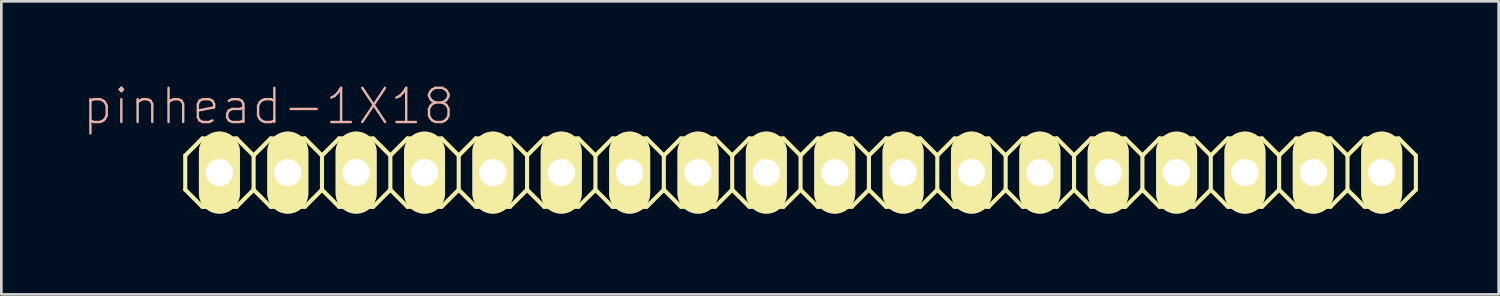
<source format=kicad_pcb>
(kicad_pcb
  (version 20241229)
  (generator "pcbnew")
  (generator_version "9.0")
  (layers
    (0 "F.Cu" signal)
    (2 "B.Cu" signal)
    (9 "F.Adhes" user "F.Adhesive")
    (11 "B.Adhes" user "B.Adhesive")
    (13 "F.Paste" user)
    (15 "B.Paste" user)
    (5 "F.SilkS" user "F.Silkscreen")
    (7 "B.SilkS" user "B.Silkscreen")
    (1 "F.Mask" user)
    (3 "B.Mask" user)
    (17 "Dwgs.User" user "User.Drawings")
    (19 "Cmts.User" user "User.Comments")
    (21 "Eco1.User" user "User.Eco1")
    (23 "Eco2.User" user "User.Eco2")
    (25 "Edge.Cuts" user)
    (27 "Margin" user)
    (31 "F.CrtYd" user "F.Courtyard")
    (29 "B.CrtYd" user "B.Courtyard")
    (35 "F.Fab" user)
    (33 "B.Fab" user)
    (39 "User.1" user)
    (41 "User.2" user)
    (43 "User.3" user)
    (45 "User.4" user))
  (footprint "pinhead-1X18"
    (layer "F.Cu")
    (at 26.692 3.363)
    (property "Reference" "pinhead-1X18" (at -19.761 -2.464 0) (layer "B.SilkS") (effects (font (size 1.27 1.27) (thickness 0.089))))
    (attr exclude_from_pos_files exclude_from_bom)
    (fp_line (start -22.86 -0.635) (end -22.86 0.635) (stroke (width 0.152) (type solid)) (layer "F.SilkS"))
    (fp_line (start -22.86 0.635) (end -22.225 1.27) (stroke (width 0.152) (type solid)) (layer "F.SilkS"))
    (fp_line (start -22.225 -1.27) (end -22.86 -0.635) (stroke (width 0.152) (type solid)) (layer "F.SilkS"))
    (fp_line (start -22.225 -1.27) (end -20.955 -1.27) (stroke (width 0.152) (type solid)) (layer "F.SilkS"))
    (fp_line (start -21.844 -0.254) (end -21.336 -0.254) (stroke (width 0.066) (type solid)) (layer "F.SilkS"))
    (fp_line (start -21.844 0.254) (end -21.844 -0.254) (stroke (width 0.066) (type solid)) (layer "F.SilkS"))
    (fp_line (start -21.844 0.254) (end -21.336 0.254) (stroke (width 0.066) (type solid)) (layer "F.SilkS"))
    (fp_line (start -21.336 0.254) (end -21.336 -0.254) (stroke (width 0.066) (type solid)) (layer "F.SilkS"))
    (fp_line (start -20.955 -1.27) (end -20.32 -0.635) (stroke (width 0.152) (type solid)) (layer "F.SilkS"))
    (fp_line (start -20.955 1.27) (end -22.225 1.27) (stroke (width 0.152) (type solid)) (layer "F.SilkS"))
    (fp_line (start -20.32 -0.635) (end -20.32 0.635) (stroke (width 0.152) (type solid)) (layer "F.SilkS"))
    (fp_line (start -20.32 -0.635) (end -19.685 -1.27) (stroke (width 0.152) (type solid)) (layer "F.SilkS"))
    (fp_line (start -20.32 0.635) (end -20.955 1.27) (stroke (width 0.152) (type solid)) (layer "F.SilkS"))
    (fp_line (start -19.685 -1.27) (end -18.415 -1.27) (stroke (width 0.152) (type solid)) (layer "F.SilkS"))
    (fp_line (start -19.685 1.27) (end -20.32 0.635) (stroke (width 0.152) (type solid)) (layer "F.SilkS"))
    (fp_line (start -19.304 -0.254) (end -18.796 -0.254) (stroke (width 0.066) (type solid)) (layer "F.SilkS"))
    (fp_line (start -19.304 0.254) (end -19.304 -0.254) (stroke (width 0.066) (type solid)) (layer "F.SilkS"))
    (fp_line (start -19.304 0.254) (end -18.796 0.254) (stroke (width 0.066) (type solid)) (layer "F.SilkS"))
    (fp_line (start -18.796 0.254) (end -18.796 -0.254) (stroke (width 0.066) (type solid)) (layer "F.SilkS"))
    (fp_line (start -18.415 -1.27) (end -17.78 -0.635) (stroke (width 0.152) (type solid)) (layer "F.SilkS"))
    (fp_line (start -18.415 1.27) (end -19.685 1.27) (stroke (width 0.152) (type solid)) (layer "F.SilkS"))
    (fp_line (start -17.78 -0.635) (end -17.78 0.635) (stroke (width 0.152) (type solid)) (layer "F.SilkS"))
    (fp_line (start -17.78 -0.635) (end -17.145 -1.27) (stroke (width 0.152) (type solid)) (layer "F.SilkS"))
    (fp_line (start -17.78 0.635) (end -18.415 1.27) (stroke (width 0.152) (type solid)) (layer "F.SilkS"))
    (fp_line (start -17.145 -1.27) (end -15.875 -1.27) (stroke (width 0.152) (type solid)) (layer "F.SilkS"))
    (fp_line (start -17.145 1.27) (end -17.78 0.635) (stroke (width 0.152) (type solid)) (layer "F.SilkS"))
    (fp_line (start -16.764 -0.254) (end -16.256 -0.254) (stroke (width 0.066) (type solid)) (layer "F.SilkS"))
    (fp_line (start -16.764 0.254) (end -16.764 -0.254) (stroke (width 0.066) (type solid)) (layer "F.SilkS"))
    (fp_line (start -16.764 0.254) (end -16.256 0.254) (stroke (width 0.066) (type solid)) (layer "F.SilkS"))
    (fp_line (start -16.256 0.254) (end -16.256 -0.254) (stroke (width 0.066) (type solid)) (layer "F.SilkS"))
    (fp_line (start -15.875 -1.27) (end -15.24 -0.635) (stroke (width 0.152) (type solid)) (layer "F.SilkS"))
    (fp_line (start -15.875 1.27) (end -17.145 1.27) (stroke (width 0.152) (type solid)) (layer "F.SilkS"))
    (fp_line (start -15.24 -0.635) (end -15.24 0.635) (stroke (width 0.152) (type solid)) (layer "F.SilkS"))
    (fp_line (start -15.24 0.635) (end -15.875 1.27) (stroke (width 0.152) (type solid)) (layer "F.SilkS"))
    (fp_line (start -15.24 0.635) (end -14.605 1.27) (stroke (width 0.152) (type solid)) (layer "F.SilkS"))
    (fp_line (start -14.605 -1.27) (end -15.24 -0.635) (stroke (width 0.152) (type solid)) (layer "F.SilkS"))
    (fp_line (start -14.605 -1.27) (end -13.335 -1.27) (stroke (width 0.152) (type solid)) (layer "F.SilkS"))
    (fp_line (start -14.224 -0.254) (end -13.716 -0.254) (stroke (width 0.066) (type solid)) (layer "F.SilkS"))
    (fp_line (start -14.224 0.254) (end -14.224 -0.254) (stroke (width 0.066) (type solid)) (layer "F.SilkS"))
    (fp_line (start -14.224 0.254) (end -13.716 0.254) (stroke (width 0.066) (type solid)) (layer "F.SilkS"))
    (fp_line (start -13.716 0.254) (end -13.716 -0.254) (stroke (width 0.066) (type solid)) (layer "F.SilkS"))
    (fp_line (start -13.335 -1.27) (end -12.7 -0.635) (stroke (width 0.152) (type solid)) (layer "F.SilkS"))
    (fp_line (start -13.335 1.27) (end -14.605 1.27) (stroke (width 0.152) (type solid)) (layer "F.SilkS"))
    (fp_line (start -12.7 -0.635) (end -12.7 0.635) (stroke (width 0.152) (type solid)) (layer "F.SilkS"))
    (fp_line (start -12.7 -0.635) (end -12.065 -1.27) (stroke (width 0.152) (type solid)) (layer "F.SilkS"))
    (fp_line (start -12.7 0.635) (end -13.335 1.27) (stroke (width 0.152) (type solid)) (layer "F.SilkS"))
    (fp_line (start -12.065 -1.27) (end -10.795 -1.27) (stroke (width 0.152) (type solid)) (layer "F.SilkS"))
    (fp_line (start -12.065 1.27) (end -12.7 0.635) (stroke (width 0.152) (type solid)) (layer "F.SilkS"))
    (fp_line (start -11.684 -0.254) (end -11.176 -0.254) (stroke (width 0.066) (type solid)) (layer "F.SilkS"))
    (fp_line (start -11.684 0.254) (end -11.684 -0.254) (stroke (width 0.066) (type solid)) (layer "F.SilkS"))
    (fp_line (start -11.684 0.254) (end -11.176 0.254) (stroke (width 0.066) (type solid)) (layer "F.SilkS"))
    (fp_line (start -11.176 0.254) (end -11.176 -0.254) (stroke (width 0.066) (type solid)) (layer "F.SilkS"))
    (fp_line (start -10.795 -1.27) (end -10.16 -0.635) (stroke (width 0.152) (type solid)) (layer "F.SilkS"))
    (fp_line (start -10.795 1.27) (end -12.065 1.27) (stroke (width 0.152) (type solid)) (layer "F.SilkS"))
    (fp_line (start -10.16 -0.635) (end -10.16 0.635) (stroke (width 0.152) (type solid)) (layer "F.SilkS"))
    (fp_line (start -10.16 -0.635) (end -9.525 -1.27) (stroke (width 0.152) (type solid)) (layer "F.SilkS"))
    (fp_line (start -10.16 0.635) (end -10.795 1.27) (stroke (width 0.152) (type solid)) (layer "F.SilkS"))
    (fp_line (start -9.525 -1.27) (end -8.255 -1.27) (stroke (width 0.152) (type solid)) (layer "F.SilkS"))
    (fp_line (start -9.525 1.27) (end -10.16 0.635) (stroke (width 0.152) (type solid)) (layer "F.SilkS"))
    (fp_line (start -9.144 -0.254) (end -8.636 -0.254) (stroke (width 0.066) (type solid)) (layer "F.SilkS"))
    (fp_line (start -9.144 0.254) (end -9.144 -0.254) (stroke (width 0.066) (type solid)) (layer "F.SilkS"))
    (fp_line (start -9.144 0.254) (end -8.636 0.254) (stroke (width 0.066) (type solid)) (layer "F.SilkS"))
    (fp_line (start -8.636 0.254) (end -8.636 -0.254) (stroke (width 0.066) (type solid)) (layer "F.SilkS"))
    (fp_line (start -8.255 -1.27) (end -7.62 -0.635) (stroke (width 0.152) (type solid)) (layer "F.SilkS"))
    (fp_line (start -8.255 1.27) (end -9.525 1.27) (stroke (width 0.152) (type solid)) (layer "F.SilkS"))
    (fp_line (start -7.62 -0.635) (end -7.62 0.635) (stroke (width 0.152) (type solid)) (layer "F.SilkS"))
    (fp_line (start -7.62 0.635) (end -8.255 1.27) (stroke (width 0.152) (type solid)) (layer "F.SilkS"))
    (fp_line (start -7.62 0.635) (end -6.985 1.27) (stroke (width 0.152) (type solid)) (layer "F.SilkS"))
    (fp_line (start -6.985 -1.27) (end -7.62 -0.635) (stroke (width 0.152) (type solid)) (layer "F.SilkS"))
    (fp_line (start -6.985 -1.27) (end -5.715 -1.27) (stroke (width 0.152) (type solid)) (layer "F.SilkS"))
    (fp_line (start -6.604 -0.254) (end -6.096 -0.254) (stroke (width 0.066) (type solid)) (layer "F.SilkS"))
    (fp_line (start -6.604 0.254) (end -6.604 -0.254) (stroke (width 0.066) (type solid)) (layer "F.SilkS"))
    (fp_line (start -6.604 0.254) (end -6.096 0.254) (stroke (width 0.066) (type solid)) (layer "F.SilkS"))
    (fp_line (start -6.096 0.254) (end -6.096 -0.254) (stroke (width 0.066) (type solid)) (layer "F.SilkS"))
    (fp_line (start -5.715 -1.27) (end -5.08 -0.635) (stroke (width 0.152) (type solid)) (layer "F.SilkS"))
    (fp_line (start -5.715 1.27) (end -6.985 1.27) (stroke (width 0.152) (type solid)) (layer "F.SilkS"))
    (fp_line (start -5.08 -0.635) (end -5.08 0.635) (stroke (width 0.152) (type solid)) (layer "F.SilkS"))
    (fp_line (start -5.08 -0.635) (end -4.445 -1.27) (stroke (width 0.152) (type solid)) (layer "F.SilkS"))
    (fp_line (start -5.08 0.635) (end -5.715 1.27) (stroke (width 0.152) (type solid)) (layer "F.SilkS"))
    (fp_line (start -4.445 -1.27) (end -3.175 -1.27) (stroke (width 0.152) (type solid)) (layer "F.SilkS"))
    (fp_line (start -4.445 1.27) (end -5.08 0.635) (stroke (width 0.152) (type solid)) (layer "F.SilkS"))
    (fp_line (start -4.064 -0.254) (end -3.556 -0.254) (stroke (width 0.066) (type solid)) (layer "F.SilkS"))
    (fp_line (start -4.064 0.254) (end -4.064 -0.254) (stroke (width 0.066) (type solid)) (layer "F.SilkS"))
    (fp_line (start -4.064 0.254) (end -3.556 0.254) (stroke (width 0.066) (type solid)) (layer "F.SilkS"))
    (fp_line (start -3.556 0.254) (end -3.556 -0.254) (stroke (width 0.066) (type solid)) (layer "F.SilkS"))
    (fp_line (start -3.175 -1.27) (end -2.54 -0.635) (stroke (width 0.152) (type solid)) (layer "F.SilkS"))
    (fp_line (start -3.175 1.27) (end -4.445 1.27) (stroke (width 0.152) (type solid)) (layer "F.SilkS"))
    (fp_line (start -2.54 -0.635) (end -2.54 0.635) (stroke (width 0.152) (type solid)) (layer "F.SilkS"))
    (fp_line (start -2.54 -0.635) (end -1.905 -1.27) (stroke (width 0.152) (type solid)) (layer "F.SilkS"))
    (fp_line (start -2.54 0.635) (end -3.175 1.27) (stroke (width 0.152) (type solid)) (layer "F.SilkS"))
    (fp_line (start -1.905 -1.27) (end -0.635 -1.27) (stroke (width 0.152) (type solid)) (layer "F.SilkS"))
    (fp_line (start -1.905 1.27) (end -2.54 0.635) (stroke (width 0.152) (type solid)) (layer "F.SilkS"))
    (fp_line (start -1.524 -0.254) (end -1.016 -0.254) (stroke (width 0.066) (type solid)) (layer "F.SilkS"))
    (fp_line (start -1.524 0.254) (end -1.524 -0.254) (stroke (width 0.066) (type solid)) (layer "F.SilkS"))
    (fp_line (start -1.524 0.254) (end -1.016 0.254) (stroke (width 0.066) (type solid)) (layer "F.SilkS"))
    (fp_line (start -1.016 0.254) (end -1.016 -0.254) (stroke (width 0.066) (type solid)) (layer "F.SilkS"))
    (fp_line (start -0.635 -1.27) (end 0 -0.635) (stroke (width 0.152) (type solid)) (layer "F.SilkS"))
    (fp_line (start -0.635 1.27) (end -1.905 1.27) (stroke (width 0.152) (type solid)) (layer "F.SilkS"))
    (fp_line (start 0 -0.635) (end 0 0.635) (stroke (width 0.152) (type solid)) (layer "F.SilkS"))
    (fp_line (start 0 0.635) (end -0.635 1.27) (stroke (width 0.152) (type solid)) (layer "F.SilkS"))
    (fp_line (start 0 0.635) (end 0.635 1.27) (stroke (width 0.152) (type solid)) (layer "F.SilkS"))
    (fp_line (start 0.635 -1.27) (end 0 -0.635) (stroke (width 0.152) (type solid)) (layer "F.SilkS"))
    (fp_line (start 0.635 -1.27) (end 1.905 -1.27) (stroke (width 0.152) (type solid)) (layer "F.SilkS"))
    (fp_line (start 1.016 -0.254) (end 1.524 -0.254) (stroke (width 0.066) (type solid)) (layer "F.SilkS"))
    (fp_line (start 1.016 0.254) (end 1.016 -0.254) (stroke (width 0.066) (type solid)) (layer "F.SilkS"))
    (fp_line (start 1.016 0.254) (end 1.524 0.254) (stroke (width 0.066) (type solid)) (layer "F.SilkS"))
    (fp_line (start 1.524 0.254) (end 1.524 -0.254) (stroke (width 0.066) (type solid)) (layer "F.SilkS"))
    (fp_line (start 1.905 -1.27) (end 2.54 -0.635) (stroke (width 0.152) (type solid)) (layer "F.SilkS"))
    (fp_line (start 1.905 1.27) (end 0.635 1.27) (stroke (width 0.152) (type solid)) (layer "F.SilkS"))
    (fp_line (start 2.54 -0.635) (end 2.54 0.635) (stroke (width 0.152) (type solid)) (layer "F.SilkS"))
    (fp_line (start 2.54 -0.635) (end 3.175 -1.27) (stroke (width 0.152) (type solid)) (layer "F.SilkS"))
    (fp_line (start 2.54 0.635) (end 1.905 1.27) (stroke (width 0.152) (type solid)) (layer "F.SilkS"))
    (fp_line (start 3.175 -1.27) (end 4.445 -1.27) (stroke (width 0.152) (type solid)) (layer "F.SilkS"))
    (fp_line (start 3.175 1.27) (end 2.54 0.635) (stroke (width 0.152) (type solid)) (layer "F.SilkS"))
    (fp_line (start 3.556 -0.254) (end 4.064 -0.254) (stroke (width 0.066) (type solid)) (layer "F.SilkS"))
    (fp_line (start 3.556 0.254) (end 3.556 -0.254) (stroke (width 0.066) (type solid)) (layer "F.SilkS"))
    (fp_line (start 3.556 0.254) (end 4.064 0.254) (stroke (width 0.066) (type solid)) (layer "F.SilkS"))
    (fp_line (start 4.064 0.254) (end 4.064 -0.254) (stroke (width 0.066) (type solid)) (layer "F.SilkS"))
    (fp_line (start 4.445 -1.27) (end 5.08 -0.635) (stroke (width 0.152) (type solid)) (layer "F.SilkS"))
    (fp_line (start 4.445 1.27) (end 3.175 1.27) (stroke (width 0.152) (type solid)) (layer "F.SilkS"))
    (fp_line (start 5.08 -0.635) (end 5.08 0.635) (stroke (width 0.152) (type solid)) (layer "F.SilkS"))
    (fp_line (start 5.08 -0.635) (end 5.715 -1.27) (stroke (width 0.152) (type solid)) (layer "F.SilkS"))
    (fp_line (start 5.08 0.635) (end 4.445 1.27) (stroke (width 0.152) (type solid)) (layer "F.SilkS"))
    (fp_line (start 5.715 -1.27) (end 6.985 -1.27) (stroke (width 0.152) (type solid)) (layer "F.SilkS"))
    (fp_line (start 5.715 1.27) (end 5.08 0.635) (stroke (width 0.152) (type solid)) (layer "F.SilkS"))
    (fp_line (start 6.096 -0.254) (end 6.604 -0.254) (stroke (width 0.066) (type solid)) (layer "F.SilkS"))
    (fp_line (start 6.096 0.254) (end 6.096 -0.254) (stroke (width 0.066) (type solid)) (layer "F.SilkS"))
    (fp_line (start 6.096 0.254) (end 6.604 0.254) (stroke (width 0.066) (type solid)) (layer "F.SilkS"))
    (fp_line (start 6.604 0.254) (end 6.604 -0.254) (stroke (width 0.066) (type solid)) (layer "F.SilkS"))
    (fp_line (start 6.985 -1.27) (end 7.62 -0.635) (stroke (width 0.152) (type solid)) (layer "F.SilkS"))
    (fp_line (start 6.985 1.27) (end 5.715 1.27) (stroke (width 0.152) (type solid)) (layer "F.SilkS"))
    (fp_line (start 7.62 -0.635) (end 7.62 0.635) (stroke (width 0.152) (type solid)) (layer "F.SilkS"))
    (fp_line (start 7.62 0.635) (end 6.985 1.27) (stroke (width 0.152) (type solid)) (layer "F.SilkS"))
    (fp_line (start 7.62 0.635) (end 8.255 1.27) (stroke (width 0.152) (type solid)) (layer "F.SilkS"))
    (fp_line (start 8.255 -1.27) (end 7.62 -0.635) (stroke (width 0.152) (type solid)) (layer "F.SilkS"))
    (fp_line (start 8.255 -1.27) (end 9.525 -1.27) (stroke (width 0.152) (type solid)) (layer "F.SilkS"))
    (fp_line (start 8.636 -0.254) (end 9.144 -0.254) (stroke (width 0.066) (type solid)) (layer "F.SilkS"))
    (fp_line (start 8.636 0.254) (end 8.636 -0.254) (stroke (width 0.066) (type solid)) (layer "F.SilkS"))
    (fp_line (start 8.636 0.254) (end 9.144 0.254) (stroke (width 0.066) (type solid)) (layer "F.SilkS"))
    (fp_line (start 9.144 0.254) (end 9.144 -0.254) (stroke (width 0.066) (type solid)) (layer "F.SilkS"))
    (fp_line (start 9.525 -1.27) (end 10.16 -0.635) (stroke (width 0.152) (type solid)) (layer "F.SilkS"))
    (fp_line (start 9.525 1.27) (end 8.255 1.27) (stroke (width 0.152) (type solid)) (layer "F.SilkS"))
    (fp_line (start 10.16 -0.635) (end 10.16 0.635) (stroke (width 0.152) (type solid)) (layer "F.SilkS"))
    (fp_line (start 10.16 -0.635) (end 10.795 -1.27) (stroke (width 0.152) (type solid)) (layer "F.SilkS"))
    (fp_line (start 10.16 0.635) (end 9.525 1.27) (stroke (width 0.152) (type solid)) (layer "F.SilkS"))
    (fp_line (start 10.795 -1.27) (end 12.065 -1.27) (stroke (width 0.152) (type solid)) (layer "F.SilkS"))
    (fp_line (start 10.795 1.27) (end 10.16 0.635) (stroke (width 0.152) (type solid)) (layer "F.SilkS"))
    (fp_line (start 11.176 -0.254) (end 11.684 -0.254) (stroke (width 0.066) (type solid)) (layer "F.SilkS"))
    (fp_line (start 11.176 0.254) (end 11.176 -0.254) (stroke (width 0.066) (type solid)) (layer "F.SilkS"))
    (fp_line (start 11.176 0.254) (end 11.684 0.254) (stroke (width 0.066) (type solid)) (layer "F.SilkS"))
    (fp_line (start 11.684 0.254) (end 11.684 -0.254) (stroke (width 0.066) (type solid)) (layer "F.SilkS"))
    (fp_line (start 12.065 -1.27) (end 12.7 -0.635) (stroke (width 0.152) (type solid)) (layer "F.SilkS"))
    (fp_line (start 12.065 1.27) (end 10.795 1.27) (stroke (width 0.152) (type solid)) (layer "F.SilkS"))
    (fp_line (start 12.7 -0.635) (end 12.7 0.635) (stroke (width 0.152) (type solid)) (layer "F.SilkS"))
    (fp_line (start 12.7 -0.635) (end 13.335 -1.27) (stroke (width 0.152) (type solid)) (layer "F.SilkS"))
    (fp_line (start 12.7 0.635) (end 12.065 1.27) (stroke (width 0.152) (type solid)) (layer "F.SilkS"))
    (fp_line (start 13.335 -1.27) (end 14.605 -1.27) (stroke (width 0.152) (type solid)) (layer "F.SilkS"))
    (fp_line (start 13.335 1.27) (end 12.7 0.635) (stroke (width 0.152) (type solid)) (layer "F.SilkS"))
    (fp_line (start 13.716 -0.254) (end 14.224 -0.254) (stroke (width 0.066) (type solid)) (layer "F.SilkS"))
    (fp_line (start 13.716 0.254) (end 13.716 -0.254) (stroke (width 0.066) (type solid)) (layer "F.SilkS"))
    (fp_line (start 13.716 0.254) (end 14.224 0.254) (stroke (width 0.066) (type solid)) (layer "F.SilkS"))
    (fp_line (start 14.224 0.254) (end 14.224 -0.254) (stroke (width 0.066) (type solid)) (layer "F.SilkS"))
    (fp_line (start 14.605 -1.27) (end 15.24 -0.635) (stroke (width 0.152) (type solid)) (layer "F.SilkS"))
    (fp_line (start 14.605 1.27) (end 13.335 1.27) (stroke (width 0.152) (type solid)) (layer "F.SilkS"))
    (fp_line (start 15.24 -0.635) (end 15.24 0.635) (stroke (width 0.152) (type solid)) (layer "F.SilkS"))
    (fp_line (start 15.24 0.635) (end 14.605 1.27) (stroke (width 0.152) (type solid)) (layer "F.SilkS"))
    (fp_line (start 15.24 0.635) (end 15.875 1.27) (stroke (width 0.152) (type solid)) (layer "F.SilkS"))
    (fp_line (start 15.875 -1.27) (end 15.24 -0.635) (stroke (width 0.152) (type solid)) (layer "F.SilkS"))
    (fp_line (start 15.875 -1.27) (end 17.145 -1.27) (stroke (width 0.152) (type solid)) (layer "F.SilkS"))
    (fp_line (start 16.256 -0.254) (end 16.764 -0.254) (stroke (width 0.066) (type solid)) (layer "F.SilkS"))
    (fp_line (start 16.256 0.254) (end 16.256 -0.254) (stroke (width 0.066) (type solid)) (layer "F.SilkS"))
    (fp_line (start 16.256 0.254) (end 16.764 0.254) (stroke (width 0.066) (type solid)) (layer "F.SilkS"))
    (fp_line (start 16.764 0.254) (end 16.764 -0.254) (stroke (width 0.066) (type solid)) (layer "F.SilkS"))
    (fp_line (start 17.145 -1.27) (end 17.78 -0.635) (stroke (width 0.152) (type solid)) (layer "F.SilkS"))
    (fp_line (start 17.145 1.27) (end 15.875 1.27) (stroke (width 0.152) (type solid)) (layer "F.SilkS"))
    (fp_line (start 17.78 -0.635) (end 17.78 0.635) (stroke (width 0.152) (type solid)) (layer "F.SilkS"))
    (fp_line (start 17.78 -0.635) (end 18.415 -1.27) (stroke (width 0.152) (type solid)) (layer "F.SilkS"))
    (fp_line (start 17.78 0.635) (end 17.145 1.27) (stroke (width 0.152) (type solid)) (layer "F.SilkS"))
    (fp_line (start 18.415 -1.27) (end 19.685 -1.27) (stroke (width 0.152) (type solid)) (layer "F.SilkS"))
    (fp_line (start 18.415 1.27) (end 17.78 0.635) (stroke (width 0.152) (type solid)) (layer "F.SilkS"))
    (fp_line (start 18.796 -0.254) (end 19.304 -0.254) (stroke (width 0.066) (type solid)) (layer "F.SilkS"))
    (fp_line (start 18.796 0.254) (end 18.796 -0.254) (stroke (width 0.066) (type solid)) (layer "F.SilkS"))
    (fp_line (start 18.796 0.254) (end 19.304 0.254) (stroke (width 0.066) (type solid)) (layer "F.SilkS"))
    (fp_line (start 19.304 0.254) (end 19.304 -0.254) (stroke (width 0.066) (type solid)) (layer "F.SilkS"))
    (fp_line (start 19.685 -1.27) (end 20.32 -0.635) (stroke (width 0.152) (type solid)) (layer "F.SilkS"))
    (fp_line (start 19.685 1.27) (end 18.415 1.27) (stroke (width 0.152) (type solid)) (layer "F.SilkS"))
    (fp_line (start 20.32 -0.635) (end 20.32 0.635) (stroke (width 0.152) (type solid)) (layer "F.SilkS"))
    (fp_line (start 20.32 -0.635) (end 20.955 -1.27) (stroke (width 0.152) (type solid)) (layer "F.SilkS"))
    (fp_line (start 20.32 0.635) (end 19.685 1.27) (stroke (width 0.152) (type solid)) (layer "F.SilkS"))
    (fp_line (start 20.955 -1.27) (end 22.225 -1.27) (stroke (width 0.152) (type solid)) (layer "F.SilkS"))
    (fp_line (start 20.955 1.27) (end 20.32 0.635) (stroke (width 0.152) (type solid)) (layer "F.SilkS"))
    (fp_line (start 21.336 -0.254) (end 21.844 -0.254) (stroke (width 0.066) (type solid)) (layer "F.SilkS"))
    (fp_line (start 21.336 0.254) (end 21.336 -0.254) (stroke (width 0.066) (type solid)) (layer "F.SilkS"))
    (fp_line (start 21.336 0.254) (end 21.844 0.254) (stroke (width 0.066) (type solid)) (layer "F.SilkS"))
    (fp_line (start 21.844 0.254) (end 21.844 -0.254) (stroke (width 0.066) (type solid)) (layer "F.SilkS"))
    (fp_line (start 22.225 -1.27) (end 22.86 -0.635) (stroke (width 0.152) (type solid)) (layer "F.SilkS"))
    (fp_line (start 22.225 1.27) (end 20.955 1.27) (stroke (width 0.152) (type solid)) (layer "F.SilkS"))
    (fp_line (start 22.86 -0.635) (end 22.86 0.635) (stroke (width 0.152) (type solid)) (layer "F.SilkS"))
    (fp_line (start 22.86 0.635) (end 22.225 1.27) (stroke (width 0.152) (type solid)) (layer "F.SilkS"))
    (pad "1" thru_hole oval (at -21.59 0) (size 1.524 3.048) (drill 1.016) (layers "*.Cu" "F.Mask" "F.SilkS" "F.Paste"))
    (pad "2" thru_hole oval (at -19.05 0) (size 1.524 3.048) (drill 1.016) (layers "*.Cu" "F.Mask" "F.SilkS" "F.Paste"))
    (pad "3" thru_hole oval (at -16.51 0) (size 1.524 3.048) (drill 1.016) (layers "*.Cu" "F.Mask" "F.SilkS" "F.Paste"))
    (pad "4" thru_hole oval (at -13.97 0) (size 1.524 3.048) (drill 1.016) (layers "*.Cu" "F.Mask" "F.SilkS" "F.Paste"))
    (pad "5" thru_hole oval (at -11.43 0) (size 1.524 3.048) (drill 1.016) (layers "*.Cu" "F.Mask" "F.SilkS" "F.Paste"))
    (pad "6" thru_hole oval (at -8.89 0) (size 1.524 3.048) (drill 1.016) (layers "*.Cu" "F.Mask" "F.SilkS" "F.Paste"))
    (pad "7" thru_hole oval (at -6.35 0) (size 1.524 3.048) (drill 1.016) (layers "*.Cu" "F.Mask" "F.SilkS" "F.Paste"))
    (pad "8" thru_hole oval (at -3.81 0) (size 1.524 3.048) (drill 1.016) (layers "*.Cu" "F.Mask" "F.SilkS" "F.Paste"))
    (pad "9" thru_hole oval (at -1.27 0) (size 1.524 3.048) (drill 1.016) (layers "*.Cu" "F.Mask" "F.SilkS" "F.Paste"))
    (pad "10" thru_hole oval (at 1.27 0) (size 1.524 3.048) (drill 1.016) (layers "*.Cu" "F.Mask" "F.SilkS" "F.Paste"))
    (pad "11" thru_hole oval (at 3.81 0) (size 1.524 3.048) (drill 1.016) (layers "*.Cu" "F.Mask" "F.SilkS" "F.Paste"))
    (pad "12" thru_hole oval (at 6.35 0) (size 1.524 3.048) (drill 1.016) (layers "*.Cu" "F.Mask" "F.SilkS" "F.Paste"))
    (pad "13" thru_hole oval (at 8.89 0) (size 1.524 3.048) (drill 1.016) (layers "*.Cu" "F.Mask" "F.SilkS" "F.Paste"))
    (pad "14" thru_hole oval (at 11.43 0) (size 1.524 3.048) (drill 1.016) (layers "*.Cu" "F.Mask" "F.SilkS" "F.Paste"))
    (pad "15" thru_hole oval (at 13.97 0) (size 1.524 3.048) (drill 1.016) (layers "*.Cu" "F.Mask" "F.SilkS" "F.Paste"))
    (pad "16" thru_hole oval (at 16.51 0) (size 1.524 3.048) (drill 1.016) (layers "*.Cu" "F.Mask" "F.SilkS" "F.Paste"))
    (pad "17" thru_hole oval (at 19.05 0) (size 1.524 3.048) (drill 1.016) (layers "*.Cu" "F.Mask" "F.SilkS" "F.Paste"))
    (pad "18" thru_hole oval (at 21.59 0) (size 1.524 3.048) (drill 1.016) (layers "*.Cu" "F.Mask" "F.SilkS" "F.Paste")))
  (gr_rect
    (start -3 -3)
    (end 52.628 7.887)
    (stroke (width 0.1) (type default))
    (fill no)
    (layer "Edge.Cuts")))
</source>
